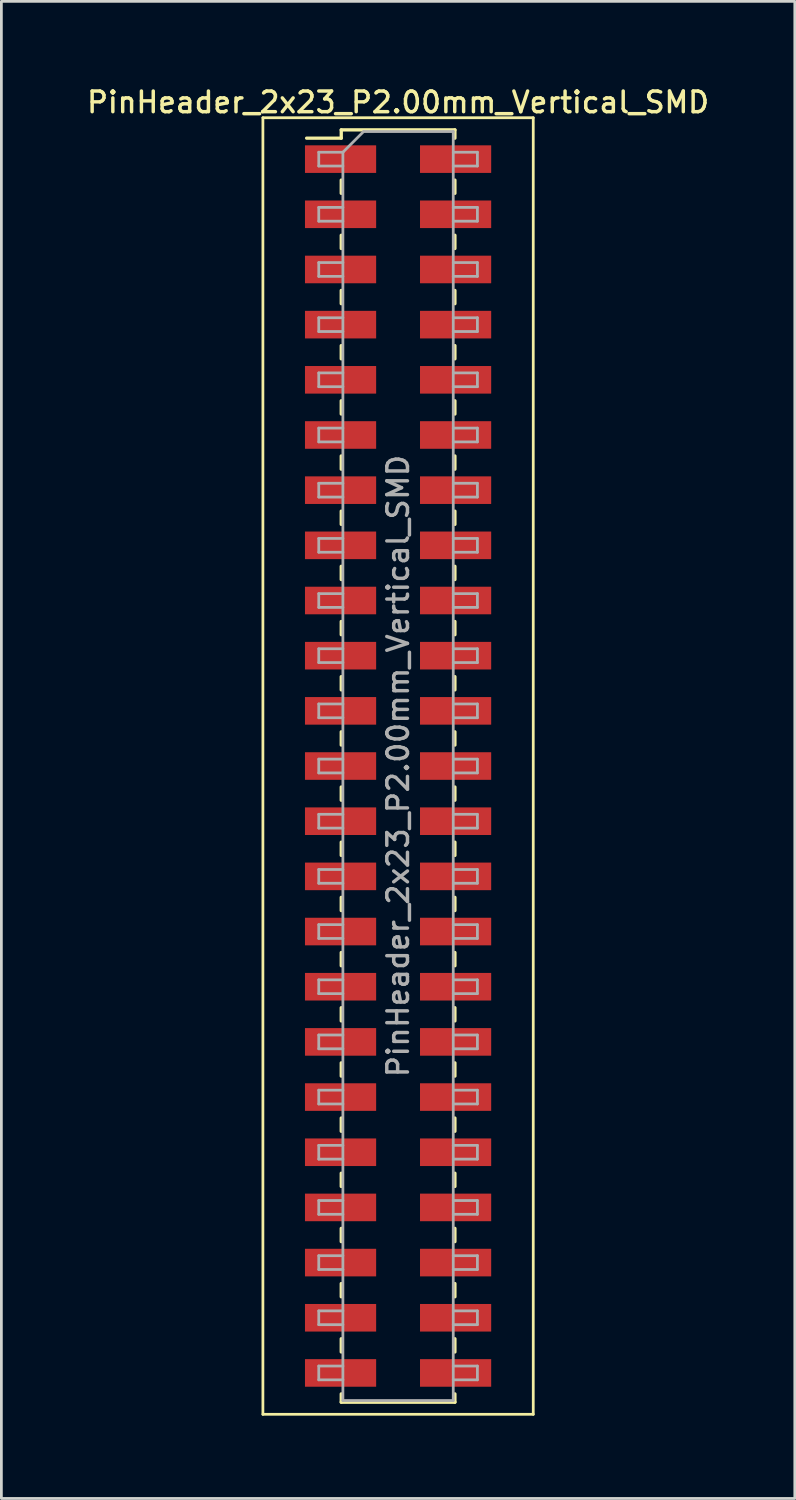
<source format=kicad_pcb>
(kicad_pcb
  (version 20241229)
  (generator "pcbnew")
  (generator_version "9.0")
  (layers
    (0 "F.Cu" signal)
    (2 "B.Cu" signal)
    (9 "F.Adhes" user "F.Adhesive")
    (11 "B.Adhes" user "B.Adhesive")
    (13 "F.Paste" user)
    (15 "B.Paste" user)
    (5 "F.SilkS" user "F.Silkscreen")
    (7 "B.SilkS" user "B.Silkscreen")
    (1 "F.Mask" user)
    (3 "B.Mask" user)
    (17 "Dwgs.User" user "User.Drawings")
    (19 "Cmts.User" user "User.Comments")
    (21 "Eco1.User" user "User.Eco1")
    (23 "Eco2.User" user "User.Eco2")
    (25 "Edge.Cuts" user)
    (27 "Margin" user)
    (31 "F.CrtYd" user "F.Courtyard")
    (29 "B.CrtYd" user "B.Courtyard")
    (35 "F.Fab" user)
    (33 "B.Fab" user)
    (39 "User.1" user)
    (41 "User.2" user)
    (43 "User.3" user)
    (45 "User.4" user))
  (footprint "PinHeader_2x23_P2.00mm_Vertical_SMD"
    (layer "F.Cu")
    (at 11.38 24.718)
    (property "Reference" "PinHeader_2x23_P2.00mm_Vertical_SMD" (at 0 -24.06 0) (layer "F.SilkS") (effects (font (size 0.75 0.75) (thickness 0.125))))
    (attr smd)
    (fp_line (start -4.9 -23.5) (end -4.9 23.5) (stroke (width 0.1) (type solid)) (layer "F.SilkS"))
    (fp_line (start -4.9 23.5) (end 4.9 23.5) (stroke (width 0.1) (type solid)) (layer "F.SilkS"))
    (fp_line (start -3.315 -22.76) (end -2.06 -22.76) (stroke (width 0.12) (type solid)) (layer "F.SilkS"))
    (fp_line (start -2.06 -23.06) (end -2.06 -22.76) (stroke (width 0.12) (type solid)) (layer "F.SilkS"))
    (fp_line (start -2.06 -23.06) (end 2.06 -23.06) (stroke (width 0.12) (type solid)) (layer "F.SilkS"))
    (fp_line (start -2.06 -21.24) (end -2.06 -20.76) (stroke (width 0.12) (type solid)) (layer "F.SilkS"))
    (fp_line (start -2.06 -19.24) (end -2.06 -18.76) (stroke (width 0.12) (type solid)) (layer "F.SilkS"))
    (fp_line (start -2.06 -17.24) (end -2.06 -16.76) (stroke (width 0.12) (type solid)) (layer "F.SilkS"))
    (fp_line (start -2.06 -15.24) (end -2.06 -14.76) (stroke (width 0.12) (type solid)) (layer "F.SilkS"))
    (fp_line (start -2.06 -13.24) (end -2.06 -12.76) (stroke (width 0.12) (type solid)) (layer "F.SilkS"))
    (fp_line (start -2.06 -11.24) (end -2.06 -10.76) (stroke (width 0.12) (type solid)) (layer "F.SilkS"))
    (fp_line (start -2.06 -9.24) (end -2.06 -8.76) (stroke (width 0.12) (type solid)) (layer "F.SilkS"))
    (fp_line (start -2.06 -7.24) (end -2.06 -6.76) (stroke (width 0.12) (type solid)) (layer "F.SilkS"))
    (fp_line (start -2.06 -5.24) (end -2.06 -4.76) (stroke (width 0.12) (type solid)) (layer "F.SilkS"))
    (fp_line (start -2.06 -3.24) (end -2.06 -2.76) (stroke (width 0.12) (type solid)) (layer "F.SilkS"))
    (fp_line (start -2.06 -1.24) (end -2.06 -0.76) (stroke (width 0.12) (type solid)) (layer "F.SilkS"))
    (fp_line (start -2.06 0.76) (end -2.06 1.24) (stroke (width 0.12) (type solid)) (layer "F.SilkS"))
    (fp_line (start -2.06 2.76) (end -2.06 3.24) (stroke (width 0.12) (type solid)) (layer "F.SilkS"))
    (fp_line (start -2.06 4.76) (end -2.06 5.24) (stroke (width 0.12) (type solid)) (layer "F.SilkS"))
    (fp_line (start -2.06 6.76) (end -2.06 7.24) (stroke (width 0.12) (type solid)) (layer "F.SilkS"))
    (fp_line (start -2.06 8.76) (end -2.06 9.24) (stroke (width 0.12) (type solid)) (layer "F.SilkS"))
    (fp_line (start -2.06 10.76) (end -2.06 11.24) (stroke (width 0.12) (type solid)) (layer "F.SilkS"))
    (fp_line (start -2.06 12.76) (end -2.06 13.24) (stroke (width 0.12) (type solid)) (layer "F.SilkS"))
    (fp_line (start -2.06 14.76) (end -2.06 15.24) (stroke (width 0.12) (type solid)) (layer "F.SilkS"))
    (fp_line (start -2.06 16.76) (end -2.06 17.24) (stroke (width 0.12) (type solid)) (layer "F.SilkS"))
    (fp_line (start -2.06 18.76) (end -2.06 19.24) (stroke (width 0.12) (type solid)) (layer "F.SilkS"))
    (fp_line (start -2.06 20.76) (end -2.06 21.24) (stroke (width 0.12) (type solid)) (layer "F.SilkS"))
    (fp_line (start -2.06 22.76) (end -2.06 23.06) (stroke (width 0.12) (type solid)) (layer "F.SilkS"))
    (fp_line (start -2.06 23.06) (end 2.06 23.06) (stroke (width 0.12) (type solid)) (layer "F.SilkS"))
    (fp_line (start 2.06 -23.06) (end 2.06 -22.76) (stroke (width 0.12) (type solid)) (layer "F.SilkS"))
    (fp_line (start 2.06 -21.24) (end 2.06 -20.76) (stroke (width 0.12) (type solid)) (layer "F.SilkS"))
    (fp_line (start 2.06 -19.24) (end 2.06 -18.76) (stroke (width 0.12) (type solid)) (layer "F.SilkS"))
    (fp_line (start 2.06 -17.24) (end 2.06 -16.76) (stroke (width 0.12) (type solid)) (layer "F.SilkS"))
    (fp_line (start 2.06 -15.24) (end 2.06 -14.76) (stroke (width 0.12) (type solid)) (layer "F.SilkS"))
    (fp_line (start 2.06 -13.24) (end 2.06 -12.76) (stroke (width 0.12) (type solid)) (layer "F.SilkS"))
    (fp_line (start 2.06 -11.24) (end 2.06 -10.76) (stroke (width 0.12) (type solid)) (layer "F.SilkS"))
    (fp_line (start 2.06 -9.24) (end 2.06 -8.76) (stroke (width 0.12) (type solid)) (layer "F.SilkS"))
    (fp_line (start 2.06 -7.24) (end 2.06 -6.76) (stroke (width 0.12) (type solid)) (layer "F.SilkS"))
    (fp_line (start 2.06 -5.24) (end 2.06 -4.76) (stroke (width 0.12) (type solid)) (layer "F.SilkS"))
    (fp_line (start 2.06 -3.24) (end 2.06 -2.76) (stroke (width 0.12) (type solid)) (layer "F.SilkS"))
    (fp_line (start 2.06 -1.24) (end 2.06 -0.76) (stroke (width 0.12) (type solid)) (layer "F.SilkS"))
    (fp_line (start 2.06 0.76) (end 2.06 1.24) (stroke (width 0.12) (type solid)) (layer "F.SilkS"))
    (fp_line (start 2.06 2.76) (end 2.06 3.24) (stroke (width 0.12) (type solid)) (layer "F.SilkS"))
    (fp_line (start 2.06 4.76) (end 2.06 5.24) (stroke (width 0.12) (type solid)) (layer "F.SilkS"))
    (fp_line (start 2.06 6.76) (end 2.06 7.24) (stroke (width 0.12) (type solid)) (layer "F.SilkS"))
    (fp_line (start 2.06 8.76) (end 2.06 9.24) (stroke (width 0.12) (type solid)) (layer "F.SilkS"))
    (fp_line (start 2.06 10.76) (end 2.06 11.24) (stroke (width 0.12) (type solid)) (layer "F.SilkS"))
    (fp_line (start 2.06 12.76) (end 2.06 13.24) (stroke (width 0.12) (type solid)) (layer "F.SilkS"))
    (fp_line (start 2.06 14.76) (end 2.06 15.24) (stroke (width 0.12) (type solid)) (layer "F.SilkS"))
    (fp_line (start 2.06 16.76) (end 2.06 17.24) (stroke (width 0.12) (type solid)) (layer "F.SilkS"))
    (fp_line (start 2.06 18.76) (end 2.06 19.24) (stroke (width 0.12) (type solid)) (layer "F.SilkS"))
    (fp_line (start 2.06 20.76) (end 2.06 21.24) (stroke (width 0.12) (type solid)) (layer "F.SilkS"))
    (fp_line (start 2.06 22.76) (end 2.06 23.06) (stroke (width 0.12) (type solid)) (layer "F.SilkS"))
    (fp_line (start 4.9 -23.5) (end -4.9 -23.5) (stroke (width 0.1) (type solid)) (layer "F.SilkS"))
    (fp_line (start 4.9 23.5) (end 4.9 -23.5) (stroke (width 0.1) (type solid)) (layer "F.SilkS"))
    (fp_line (start -2.875 -22.25) (end -2.875 -21.75) (stroke (width 0.1) (type solid)) (layer "F.Fab"))
    (fp_line (start -2.875 -21.75) (end -2 -21.75) (stroke (width 0.1) (type solid)) (layer "F.Fab"))
    (fp_line (start -2.875 -20.25) (end -2.875 -19.75) (stroke (width 0.1) (type solid)) (layer "F.Fab"))
    (fp_line (start -2.875 -19.75) (end -2 -19.75) (stroke (width 0.1) (type solid)) (layer "F.Fab"))
    (fp_line (start -2.875 -18.25) (end -2.875 -17.75) (stroke (width 0.1) (type solid)) (layer "F.Fab"))
    (fp_line (start -2.875 -17.75) (end -2 -17.75) (stroke (width 0.1) (type solid)) (layer "F.Fab"))
    (fp_line (start -2.875 -16.25) (end -2.875 -15.75) (stroke (width 0.1) (type solid)) (layer "F.Fab"))
    (fp_line (start -2.875 -15.75) (end -2 -15.75) (stroke (width 0.1) (type solid)) (layer "F.Fab"))
    (fp_line (start -2.875 -14.25) (end -2.875 -13.75) (stroke (width 0.1) (type solid)) (layer "F.Fab"))
    (fp_line (start -2.875 -13.75) (end -2 -13.75) (stroke (width 0.1) (type solid)) (layer "F.Fab"))
    (fp_line (start -2.875 -12.25) (end -2.875 -11.75) (stroke (width 0.1) (type solid)) (layer "F.Fab"))
    (fp_line (start -2.875 -11.75) (end -2 -11.75) (stroke (width 0.1) (type solid)) (layer "F.Fab"))
    (fp_line (start -2.875 -10.25) (end -2.875 -9.75) (stroke (width 0.1) (type solid)) (layer "F.Fab"))
    (fp_line (start -2.875 -9.75) (end -2 -9.75) (stroke (width 0.1) (type solid)) (layer "F.Fab"))
    (fp_line (start -2.875 -8.25) (end -2.875 -7.75) (stroke (width 0.1) (type solid)) (layer "F.Fab"))
    (fp_line (start -2.875 -7.75) (end -2 -7.75) (stroke (width 0.1) (type solid)) (layer "F.Fab"))
    (fp_line (start -2.875 -6.25) (end -2.875 -5.75) (stroke (width 0.1) (type solid)) (layer "F.Fab"))
    (fp_line (start -2.875 -5.75) (end -2 -5.75) (stroke (width 0.1) (type solid)) (layer "F.Fab"))
    (fp_line (start -2.875 -4.25) (end -2.875 -3.75) (stroke (width 0.1) (type solid)) (layer "F.Fab"))
    (fp_line (start -2.875 -3.75) (end -2 -3.75) (stroke (width 0.1) (type solid)) (layer "F.Fab"))
    (fp_line (start -2.875 -2.25) (end -2.875 -1.75) (stroke (width 0.1) (type solid)) (layer "F.Fab"))
    (fp_line (start -2.875 -1.75) (end -2 -1.75) (stroke (width 0.1) (type solid)) (layer "F.Fab"))
    (fp_line (start -2.875 -0.25) (end -2.875 0.25) (stroke (width 0.1) (type solid)) (layer "F.Fab"))
    (fp_line (start -2.875 0.25) (end -2 0.25) (stroke (width 0.1) (type solid)) (layer "F.Fab"))
    (fp_line (start -2.875 1.75) (end -2.875 2.25) (stroke (width 0.1) (type solid)) (layer "F.Fab"))
    (fp_line (start -2.875 2.25) (end -2 2.25) (stroke (width 0.1) (type solid)) (layer "F.Fab"))
    (fp_line (start -2.875 3.75) (end -2.875 4.25) (stroke (width 0.1) (type solid)) (layer "F.Fab"))
    (fp_line (start -2.875 4.25) (end -2 4.25) (stroke (width 0.1) (type solid)) (layer "F.Fab"))
    (fp_line (start -2.875 5.75) (end -2.875 6.25) (stroke (width 0.1) (type solid)) (layer "F.Fab"))
    (fp_line (start -2.875 6.25) (end -2 6.25) (stroke (width 0.1) (type solid)) (layer "F.Fab"))
    (fp_line (start -2.875 7.75) (end -2.875 8.25) (stroke (width 0.1) (type solid)) (layer "F.Fab"))
    (fp_line (start -2.875 8.25) (end -2 8.25) (stroke (width 0.1) (type solid)) (layer "F.Fab"))
    (fp_line (start -2.875 9.75) (end -2.875 10.25) (stroke (width 0.1) (type solid)) (layer "F.Fab"))
    (fp_line (start -2.875 10.25) (end -2 10.25) (stroke (width 0.1) (type solid)) (layer "F.Fab"))
    (fp_line (start -2.875 11.75) (end -2.875 12.25) (stroke (width 0.1) (type solid)) (layer "F.Fab"))
    (fp_line (start -2.875 12.25) (end -2 12.25) (stroke (width 0.1) (type solid)) (layer "F.Fab"))
    (fp_line (start -2.875 13.75) (end -2.875 14.25) (stroke (width 0.1) (type solid)) (layer "F.Fab"))
    (fp_line (start -2.875 14.25) (end -2 14.25) (stroke (width 0.1) (type solid)) (layer "F.Fab"))
    (fp_line (start -2.875 15.75) (end -2.875 16.25) (stroke (width 0.1) (type solid)) (layer "F.Fab"))
    (fp_line (start -2.875 16.25) (end -2 16.25) (stroke (width 0.1) (type solid)) (layer "F.Fab"))
    (fp_line (start -2.875 17.75) (end -2.875 18.25) (stroke (width 0.1) (type solid)) (layer "F.Fab"))
    (fp_line (start -2.875 18.25) (end -2 18.25) (stroke (width 0.1) (type solid)) (layer "F.Fab"))
    (fp_line (start -2.875 19.75) (end -2.875 20.25) (stroke (width 0.1) (type solid)) (layer "F.Fab"))
    (fp_line (start -2.875 20.25) (end -2 20.25) (stroke (width 0.1) (type solid)) (layer "F.Fab"))
    (fp_line (start -2.875 21.75) (end -2.875 22.25) (stroke (width 0.1) (type solid)) (layer "F.Fab"))
    (fp_line (start -2.875 22.25) (end -2 22.25) (stroke (width 0.1) (type solid)) (layer "F.Fab"))
    (fp_line (start -2 -22.25) (end -2.875 -22.25) (stroke (width 0.1) (type solid)) (layer "F.Fab"))
    (fp_line (start -2 -22.25) (end -1.25 -23) (stroke (width 0.1) (type solid)) (layer "F.Fab"))
    (fp_line (start -2 -20.25) (end -2.875 -20.25) (stroke (width 0.1) (type solid)) (layer "F.Fab"))
    (fp_line (start -2 -18.25) (end -2.875 -18.25) (stroke (width 0.1) (type solid)) (layer "F.Fab"))
    (fp_line (start -2 -16.25) (end -2.875 -16.25) (stroke (width 0.1) (type solid)) (layer "F.Fab"))
    (fp_line (start -2 -14.25) (end -2.875 -14.25) (stroke (width 0.1) (type solid)) (layer "F.Fab"))
    (fp_line (start -2 -12.25) (end -2.875 -12.25) (stroke (width 0.1) (type solid)) (layer "F.Fab"))
    (fp_line (start -2 -10.25) (end -2.875 -10.25) (stroke (width 0.1) (type solid)) (layer "F.Fab"))
    (fp_line (start -2 -8.25) (end -2.875 -8.25) (stroke (width 0.1) (type solid)) (layer "F.Fab"))
    (fp_line (start -2 -6.25) (end -2.875 -6.25) (stroke (width 0.1) (type solid)) (layer "F.Fab"))
    (fp_line (start -2 -4.25) (end -2.875 -4.25) (stroke (width 0.1) (type solid)) (layer "F.Fab"))
    (fp_line (start -2 -2.25) (end -2.875 -2.25) (stroke (width 0.1) (type solid)) (layer "F.Fab"))
    (fp_line (start -2 -0.25) (end -2.875 -0.25) (stroke (width 0.1) (type solid)) (layer "F.Fab"))
    (fp_line (start -2 1.75) (end -2.875 1.75) (stroke (width 0.1) (type solid)) (layer "F.Fab"))
    (fp_line (start -2 3.75) (end -2.875 3.75) (stroke (width 0.1) (type solid)) (layer "F.Fab"))
    (fp_line (start -2 5.75) (end -2.875 5.75) (stroke (width 0.1) (type solid)) (layer "F.Fab"))
    (fp_line (start -2 7.75) (end -2.875 7.75) (stroke (width 0.1) (type solid)) (layer "F.Fab"))
    (fp_line (start -2 9.75) (end -2.875 9.75) (stroke (width 0.1) (type solid)) (layer "F.Fab"))
    (fp_line (start -2 11.75) (end -2.875 11.75) (stroke (width 0.1) (type solid)) (layer "F.Fab"))
    (fp_line (start -2 13.75) (end -2.875 13.75) (stroke (width 0.1) (type solid)) (layer "F.Fab"))
    (fp_line (start -2 15.75) (end -2.875 15.75) (stroke (width 0.1) (type solid)) (layer "F.Fab"))
    (fp_line (start -2 17.75) (end -2.875 17.75) (stroke (width 0.1) (type solid)) (layer "F.Fab"))
    (fp_line (start -2 19.75) (end -2.875 19.75) (stroke (width 0.1) (type solid)) (layer "F.Fab"))
    (fp_line (start -2 21.75) (end -2.875 21.75) (stroke (width 0.1) (type solid)) (layer "F.Fab"))
    (fp_line (start -2 23) (end -2 -22.25) (stroke (width 0.1) (type solid)) (layer "F.Fab"))
    (fp_line (start -1.25 -23) (end 2 -23) (stroke (width 0.1) (type solid)) (layer "F.Fab"))
    (fp_line (start 2 -23) (end 2 23) (stroke (width 0.1) (type solid)) (layer "F.Fab"))
    (fp_line (start 2 -22.25) (end 2.875 -22.25) (stroke (width 0.1) (type solid)) (layer "F.Fab"))
    (fp_line (start 2 -20.25) (end 2.875 -20.25) (stroke (width 0.1) (type solid)) (layer "F.Fab"))
    (fp_line (start 2 -18.25) (end 2.875 -18.25) (stroke (width 0.1) (type solid)) (layer "F.Fab"))
    (fp_line (start 2 -16.25) (end 2.875 -16.25) (stroke (width 0.1) (type solid)) (layer "F.Fab"))
    (fp_line (start 2 -14.25) (end 2.875 -14.25) (stroke (width 0.1) (type solid)) (layer "F.Fab"))
    (fp_line (start 2 -12.25) (end 2.875 -12.25) (stroke (width 0.1) (type solid)) (layer "F.Fab"))
    (fp_line (start 2 -10.25) (end 2.875 -10.25) (stroke (width 0.1) (type solid)) (layer "F.Fab"))
    (fp_line (start 2 -8.25) (end 2.875 -8.25) (stroke (width 0.1) (type solid)) (layer "F.Fab"))
    (fp_line (start 2 -6.25) (end 2.875 -6.25) (stroke (width 0.1) (type solid)) (layer "F.Fab"))
    (fp_line (start 2 -4.25) (end 2.875 -4.25) (stroke (width 0.1) (type solid)) (layer "F.Fab"))
    (fp_line (start 2 -2.25) (end 2.875 -2.25) (stroke (width 0.1) (type solid)) (layer "F.Fab"))
    (fp_line (start 2 -0.25) (end 2.875 -0.25) (stroke (width 0.1) (type solid)) (layer "F.Fab"))
    (fp_line (start 2 1.75) (end 2.875 1.75) (stroke (width 0.1) (type solid)) (layer "F.Fab"))
    (fp_line (start 2 3.75) (end 2.875 3.75) (stroke (width 0.1) (type solid)) (layer "F.Fab"))
    (fp_line (start 2 5.75) (end 2.875 5.75) (stroke (width 0.1) (type solid)) (layer "F.Fab"))
    (fp_line (start 2 7.75) (end 2.875 7.75) (stroke (width 0.1) (type solid)) (layer "F.Fab"))
    (fp_line (start 2 9.75) (end 2.875 9.75) (stroke (width 0.1) (type solid)) (layer "F.Fab"))
    (fp_line (start 2 11.75) (end 2.875 11.75) (stroke (width 0.1) (type solid)) (layer "F.Fab"))
    (fp_line (start 2 13.75) (end 2.875 13.75) (stroke (width 0.1) (type solid)) (layer "F.Fab"))
    (fp_line (start 2 15.75) (end 2.875 15.75) (stroke (width 0.1) (type solid)) (layer "F.Fab"))
    (fp_line (start 2 17.75) (end 2.875 17.75) (stroke (width 0.1) (type solid)) (layer "F.Fab"))
    (fp_line (start 2 19.75) (end 2.875 19.75) (stroke (width 0.1) (type solid)) (layer "F.Fab"))
    (fp_line (start 2 21.75) (end 2.875 21.75) (stroke (width 0.1) (type solid)) (layer "F.Fab"))
    (fp_line (start 2 23) (end -2 23) (stroke (width 0.1) (type solid)) (layer "F.Fab"))
    (fp_line (start 2.875 -22.25) (end 2.875 -21.75) (stroke (width 0.1) (type solid)) (layer "F.Fab"))
    (fp_line (start 2.875 -21.75) (end 2 -21.75) (stroke (width 0.1) (type solid)) (layer "F.Fab"))
    (fp_line (start 2.875 -20.25) (end 2.875 -19.75) (stroke (width 0.1) (type solid)) (layer "F.Fab"))
    (fp_line (start 2.875 -19.75) (end 2 -19.75) (stroke (width 0.1) (type solid)) (layer "F.Fab"))
    (fp_line (start 2.875 -18.25) (end 2.875 -17.75) (stroke (width 0.1) (type solid)) (layer "F.Fab"))
    (fp_line (start 2.875 -17.75) (end 2 -17.75) (stroke (width 0.1) (type solid)) (layer "F.Fab"))
    (fp_line (start 2.875 -16.25) (end 2.875 -15.75) (stroke (width 0.1) (type solid)) (layer "F.Fab"))
    (fp_line (start 2.875 -15.75) (end 2 -15.75) (stroke (width 0.1) (type solid)) (layer "F.Fab"))
    (fp_line (start 2.875 -14.25) (end 2.875 -13.75) (stroke (width 0.1) (type solid)) (layer "F.Fab"))
    (fp_line (start 2.875 -13.75) (end 2 -13.75) (stroke (width 0.1) (type solid)) (layer "F.Fab"))
    (fp_line (start 2.875 -12.25) (end 2.875 -11.75) (stroke (width 0.1) (type solid)) (layer "F.Fab"))
    (fp_line (start 2.875 -11.75) (end 2 -11.75) (stroke (width 0.1) (type solid)) (layer "F.Fab"))
    (fp_line (start 2.875 -10.25) (end 2.875 -9.75) (stroke (width 0.1) (type solid)) (layer "F.Fab"))
    (fp_line (start 2.875 -9.75) (end 2 -9.75) (stroke (width 0.1) (type solid)) (layer "F.Fab"))
    (fp_line (start 2.875 -8.25) (end 2.875 -7.75) (stroke (width 0.1) (type solid)) (layer "F.Fab"))
    (fp_line (start 2.875 -7.75) (end 2 -7.75) (stroke (width 0.1) (type solid)) (layer "F.Fab"))
    (fp_line (start 2.875 -6.25) (end 2.875 -5.75) (stroke (width 0.1) (type solid)) (layer "F.Fab"))
    (fp_line (start 2.875 -5.75) (end 2 -5.75) (stroke (width 0.1) (type solid)) (layer "F.Fab"))
    (fp_line (start 2.875 -4.25) (end 2.875 -3.75) (stroke (width 0.1) (type solid)) (layer "F.Fab"))
    (fp_line (start 2.875 -3.75) (end 2 -3.75) (stroke (width 0.1) (type solid)) (layer "F.Fab"))
    (fp_line (start 2.875 -2.25) (end 2.875 -1.75) (stroke (width 0.1) (type solid)) (layer "F.Fab"))
    (fp_line (start 2.875 -1.75) (end 2 -1.75) (stroke (width 0.1) (type solid)) (layer "F.Fab"))
    (fp_line (start 2.875 -0.25) (end 2.875 0.25) (stroke (width 0.1) (type solid)) (layer "F.Fab"))
    (fp_line (start 2.875 0.25) (end 2 0.25) (stroke (width 0.1) (type solid)) (layer "F.Fab"))
    (fp_line (start 2.875 1.75) (end 2.875 2.25) (stroke (width 0.1) (type solid)) (layer "F.Fab"))
    (fp_line (start 2.875 2.25) (end 2 2.25) (stroke (width 0.1) (type solid)) (layer "F.Fab"))
    (fp_line (start 2.875 3.75) (end 2.875 4.25) (stroke (width 0.1) (type solid)) (layer "F.Fab"))
    (fp_line (start 2.875 4.25) (end 2 4.25) (stroke (width 0.1) (type solid)) (layer "F.Fab"))
    (fp_line (start 2.875 5.75) (end 2.875 6.25) (stroke (width 0.1) (type solid)) (layer "F.Fab"))
    (fp_line (start 2.875 6.25) (end 2 6.25) (stroke (width 0.1) (type solid)) (layer "F.Fab"))
    (fp_line (start 2.875 7.75) (end 2.875 8.25) (stroke (width 0.1) (type solid)) (layer "F.Fab"))
    (fp_line (start 2.875 8.25) (end 2 8.25) (stroke (width 0.1) (type solid)) (layer "F.Fab"))
    (fp_line (start 2.875 9.75) (end 2.875 10.25) (stroke (width 0.1) (type solid)) (layer "F.Fab"))
    (fp_line (start 2.875 10.25) (end 2 10.25) (stroke (width 0.1) (type solid)) (layer "F.Fab"))
    (fp_line (start 2.875 11.75) (end 2.875 12.25) (stroke (width 0.1) (type solid)) (layer "F.Fab"))
    (fp_line (start 2.875 12.25) (end 2 12.25) (stroke (width 0.1) (type solid)) (layer "F.Fab"))
    (fp_line (start 2.875 13.75) (end 2.875 14.25) (stroke (width 0.1) (type solid)) (layer "F.Fab"))
    (fp_line (start 2.875 14.25) (end 2 14.25) (stroke (width 0.1) (type solid)) (layer "F.Fab"))
    (fp_line (start 2.875 15.75) (end 2.875 16.25) (stroke (width 0.1) (type solid)) (layer "F.Fab"))
    (fp_line (start 2.875 16.25) (end 2 16.25) (stroke (width 0.1) (type solid)) (layer "F.Fab"))
    (fp_line (start 2.875 17.75) (end 2.875 18.25) (stroke (width 0.1) (type solid)) (layer "F.Fab"))
    (fp_line (start 2.875 18.25) (end 2 18.25) (stroke (width 0.1) (type solid)) (layer "F.Fab"))
    (fp_line (start 2.875 19.75) (end 2.875 20.25) (stroke (width 0.1) (type solid)) (layer "F.Fab"))
    (fp_line (start 2.875 20.25) (end 2 20.25) (stroke (width 0.1) (type solid)) (layer "F.Fab"))
    (fp_line (start 2.875 21.75) (end 2.875 22.25) (stroke (width 0.1) (type solid)) (layer "F.Fab"))
    (fp_line (start 2.875 22.25) (end 2 22.25) (stroke (width 0.1) (type solid)) (layer "F.Fab"))
    (fp_text user "${REFERENCE}" (at 0 0 90) (layer "F.Fab") (effects (font (size 0.75 0.75) (thickness 0.125))))
    (pad "1" smd rect (at -2.085 -22) (size 2.58 1) (layers "F.Cu" "F.Mask" "F.Paste"))
    (pad "2" smd rect (at 2.085 -22) (size 2.58 1) (layers "F.Cu" "F.Mask" "F.Paste"))
    (pad "3" smd rect (at -2.085 -20) (size 2.58 1) (layers "F.Cu" "F.Mask" "F.Paste"))
    (pad "4" smd rect (at 2.085 -20) (size 2.58 1) (layers "F.Cu" "F.Mask" "F.Paste"))
    (pad "5" smd rect (at -2.085 -18) (size 2.58 1) (layers "F.Cu" "F.Mask" "F.Paste"))
    (pad "6" smd rect (at 2.085 -18) (size 2.58 1) (layers "F.Cu" "F.Mask" "F.Paste"))
    (pad "7" smd rect (at -2.085 -16) (size 2.58 1) (layers "F.Cu" "F.Mask" "F.Paste"))
    (pad "8" smd rect (at 2.085 -16) (size 2.58 1) (layers "F.Cu" "F.Mask" "F.Paste"))
    (pad "9" smd rect (at -2.085 -14) (size 2.58 1) (layers "F.Cu" "F.Mask" "F.Paste"))
    (pad "10" smd rect (at 2.085 -14) (size 2.58 1) (layers "F.Cu" "F.Mask" "F.Paste"))
    (pad "11" smd rect (at -2.085 -12) (size 2.58 1) (layers "F.Cu" "F.Mask" "F.Paste"))
    (pad "12" smd rect (at 2.085 -12) (size 2.58 1) (layers "F.Cu" "F.Mask" "F.Paste"))
    (pad "13" smd rect (at -2.085 -10) (size 2.58 1) (layers "F.Cu" "F.Mask" "F.Paste"))
    (pad "14" smd rect (at 2.085 -10) (size 2.58 1) (layers "F.Cu" "F.Mask" "F.Paste"))
    (pad "15" smd rect (at -2.085 -8) (size 2.58 1) (layers "F.Cu" "F.Mask" "F.Paste"))
    (pad "16" smd rect (at 2.085 -8) (size 2.58 1) (layers "F.Cu" "F.Mask" "F.Paste"))
    (pad "17" smd rect (at -2.085 -6) (size 2.58 1) (layers "F.Cu" "F.Mask" "F.Paste"))
    (pad "18" smd rect (at 2.085 -6) (size 2.58 1) (layers "F.Cu" "F.Mask" "F.Paste"))
    (pad "19" smd rect (at -2.085 -4) (size 2.58 1) (layers "F.Cu" "F.Mask" "F.Paste"))
    (pad "20" smd rect (at 2.085 -4) (size 2.58 1) (layers "F.Cu" "F.Mask" "F.Paste"))
    (pad "21" smd rect (at -2.085 -2) (size 2.58 1) (layers "F.Cu" "F.Mask" "F.Paste"))
    (pad "22" smd rect (at 2.085 -2) (size 2.58 1) (layers "F.Cu" "F.Mask" "F.Paste"))
    (pad "23" smd rect (at -2.085 0) (size 2.58 1) (layers "F.Cu" "F.Mask" "F.Paste"))
    (pad "24" smd rect (at 2.085 0) (size 2.58 1) (layers "F.Cu" "F.Mask" "F.Paste"))
    (pad "25" smd rect (at -2.085 2) (size 2.58 1) (layers "F.Cu" "F.Mask" "F.Paste"))
    (pad "26" smd rect (at 2.085 2) (size 2.58 1) (layers "F.Cu" "F.Mask" "F.Paste"))
    (pad "27" smd rect (at -2.085 4) (size 2.58 1) (layers "F.Cu" "F.Mask" "F.Paste"))
    (pad "28" smd rect (at 2.085 4) (size 2.58 1) (layers "F.Cu" "F.Mask" "F.Paste"))
    (pad "29" smd rect (at -2.085 6) (size 2.58 1) (layers "F.Cu" "F.Mask" "F.Paste"))
    (pad "30" smd rect (at 2.085 6) (size 2.58 1) (layers "F.Cu" "F.Mask" "F.Paste"))
    (pad "31" smd rect (at -2.085 8) (size 2.58 1) (layers "F.Cu" "F.Mask" "F.Paste"))
    (pad "32" smd rect (at 2.085 8) (size 2.58 1) (layers "F.Cu" "F.Mask" "F.Paste"))
    (pad "33" smd rect (at -2.085 10) (size 2.58 1) (layers "F.Cu" "F.Mask" "F.Paste"))
    (pad "34" smd rect (at 2.085 10) (size 2.58 1) (layers "F.Cu" "F.Mask" "F.Paste"))
    (pad "35" smd rect (at -2.085 12) (size 2.58 1) (layers "F.Cu" "F.Mask" "F.Paste"))
    (pad "36" smd rect (at 2.085 12) (size 2.58 1) (layers "F.Cu" "F.Mask" "F.Paste"))
    (pad "37" smd rect (at -2.085 14) (size 2.58 1) (layers "F.Cu" "F.Mask" "F.Paste"))
    (pad "38" smd rect (at 2.085 14) (size 2.58 1) (layers "F.Cu" "F.Mask" "F.Paste"))
    (pad "39" smd rect (at -2.085 16) (size 2.58 1) (layers "F.Cu" "F.Mask" "F.Paste"))
    (pad "40" smd rect (at 2.085 16) (size 2.58 1) (layers "F.Cu" "F.Mask" "F.Paste"))
    (pad "41" smd rect (at -2.085 18) (size 2.58 1) (layers "F.Cu" "F.Mask" "F.Paste"))
    (pad "42" smd rect (at 2.085 18) (size 2.58 1) (layers "F.Cu" "F.Mask" "F.Paste"))
    (pad "43" smd rect (at -2.085 20) (size 2.58 1) (layers "F.Cu" "F.Mask" "F.Paste"))
    (pad "44" smd rect (at 2.085 20) (size 2.58 1) (layers "F.Cu" "F.Mask" "F.Paste"))
    (pad "45" smd rect (at -2.085 22) (size 2.58 1) (layers "F.Cu" "F.Mask" "F.Paste"))
    (pad "46" smd rect (at 2.085 22) (size 2.58 1) (layers "F.Cu" "F.Mask" "F.Paste")))
  (gr_rect
    (start -3 -3)
    (end 25.761 51.268)
    (stroke (width 0.1) (type default))
    (fill no)
    (layer "Edge.Cuts")))
</source>
